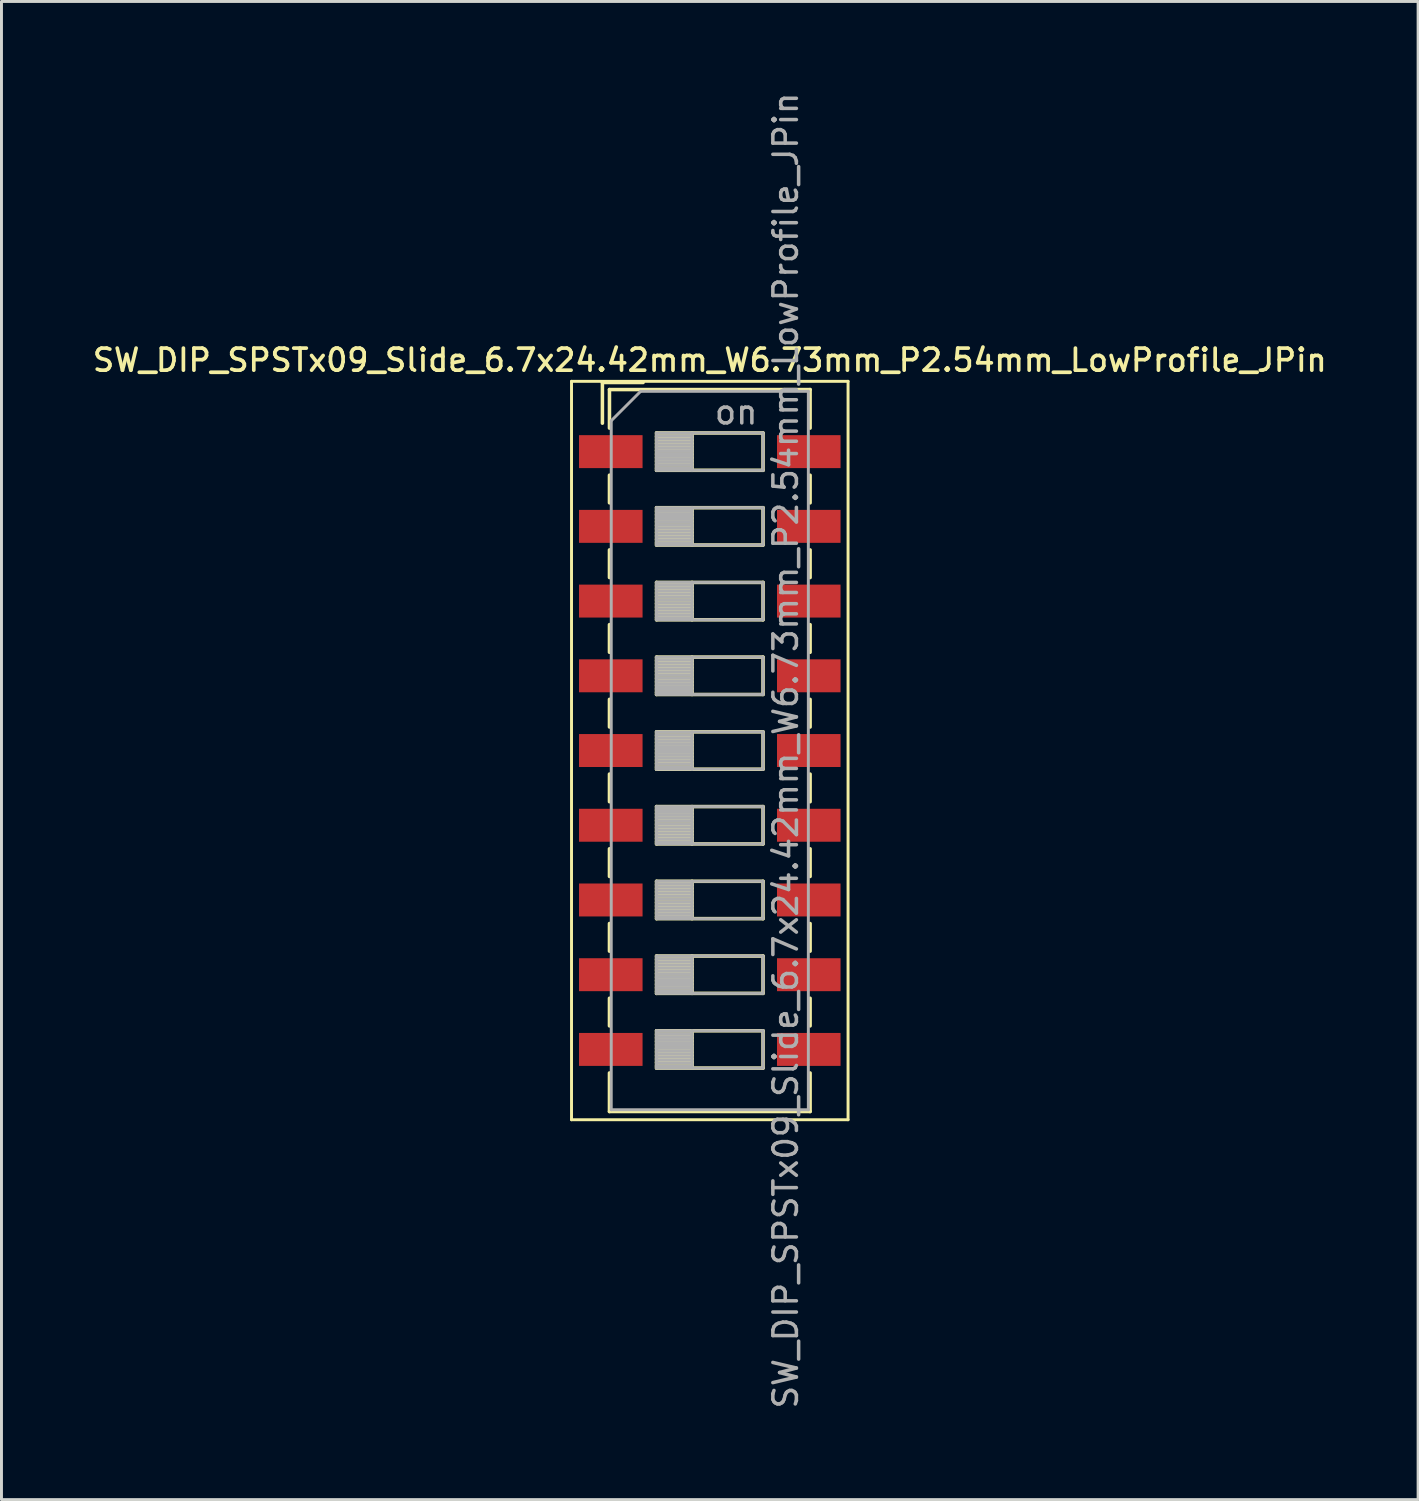
<source format=kicad_pcb>
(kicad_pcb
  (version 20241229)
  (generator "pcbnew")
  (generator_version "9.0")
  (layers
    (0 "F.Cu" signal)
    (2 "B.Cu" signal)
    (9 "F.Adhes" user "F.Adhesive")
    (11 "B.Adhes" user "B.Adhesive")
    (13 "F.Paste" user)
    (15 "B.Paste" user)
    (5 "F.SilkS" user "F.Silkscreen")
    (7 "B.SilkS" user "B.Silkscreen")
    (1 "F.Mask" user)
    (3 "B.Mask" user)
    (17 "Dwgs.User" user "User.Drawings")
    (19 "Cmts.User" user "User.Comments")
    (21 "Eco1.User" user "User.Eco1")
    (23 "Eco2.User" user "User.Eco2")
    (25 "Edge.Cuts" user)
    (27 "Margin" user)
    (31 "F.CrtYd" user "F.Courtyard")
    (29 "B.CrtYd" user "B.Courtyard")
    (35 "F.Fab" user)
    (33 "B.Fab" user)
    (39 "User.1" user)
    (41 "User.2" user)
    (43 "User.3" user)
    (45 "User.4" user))
  (footprint "SW_DIP_SPSTx09_Slide_6.7x24.42mm_W6.73mm_P2.54mm_LowProfile_JPin"
    (layer "F.Cu")
    (at 21.077 22.462)
    (property "Reference" "SW_DIP_SPSTx09_Slide_6.7x24.42mm_W6.73mm_P2.54mm_LowProfile_JPin" (at 0 -13.27 0) (layer "F.SilkS") (effects (font (size 0.75 0.75) (thickness 0.125))))
    (attr smd)
    (fp_line (start -4.7 -12.55) (end -4.7 12.55) (stroke (width 0.1) (type solid)) (layer "F.SilkS"))
    (fp_line (start -4.7 12.55) (end 4.7 12.55) (stroke (width 0.1) (type solid)) (layer "F.SilkS"))
    (fp_line (start -3.65 -12.51) (end -3.65 -11.127) (stroke (width 0.12) (type solid)) (layer "F.SilkS"))
    (fp_line (start -3.65 -12.51) (end -2.267 -12.51) (stroke (width 0.12) (type solid)) (layer "F.SilkS"))
    (fp_line (start -3.41 -12.27) (end -3.41 -10.96) (stroke (width 0.12) (type solid)) (layer "F.SilkS"))
    (fp_line (start -3.41 -12.27) (end 3.41 -12.27) (stroke (width 0.12) (type solid)) (layer "F.SilkS"))
    (fp_line (start -3.41 -9.36) (end -3.41 -8.42) (stroke (width 0.12) (type solid)) (layer "F.SilkS"))
    (fp_line (start -3.41 -6.82) (end -3.41 -5.88) (stroke (width 0.12) (type solid)) (layer "F.SilkS"))
    (fp_line (start -3.41 -4.28) (end -3.41 -3.34) (stroke (width 0.12) (type solid)) (layer "F.SilkS"))
    (fp_line (start -3.41 -1.74) (end -3.41 -0.8) (stroke (width 0.12) (type solid)) (layer "F.SilkS"))
    (fp_line (start -3.41 0.8) (end -3.41 1.74) (stroke (width 0.12) (type solid)) (layer "F.SilkS"))
    (fp_line (start -3.41 3.34) (end -3.41 4.28) (stroke (width 0.12) (type solid)) (layer "F.SilkS"))
    (fp_line (start -3.41 5.88) (end -3.41 6.82) (stroke (width 0.12) (type solid)) (layer "F.SilkS"))
    (fp_line (start -3.41 8.42) (end -3.41 9.36) (stroke (width 0.12) (type solid)) (layer "F.SilkS"))
    (fp_line (start -3.41 10.96) (end -3.41 12.271) (stroke (width 0.12) (type solid)) (layer "F.SilkS"))
    (fp_line (start -3.41 12.271) (end 3.41 12.271) (stroke (width 0.12) (type solid)) (layer "F.SilkS"))
    (fp_line (start -1.81 -10.795) (end -1.81 -9.525) (stroke (width 0.12) (type solid)) (layer "F.SilkS"))
    (fp_line (start -1.81 -10.675) (end -0.603 -10.675) (stroke (width 0.12) (type solid)) (layer "F.SilkS"))
    (fp_line (start -1.81 -10.555) (end -0.603 -10.555) (stroke (width 0.12) (type solid)) (layer "F.SilkS"))
    (fp_line (start -1.81 -10.435) (end -0.603 -10.435) (stroke (width 0.12) (type solid)) (layer "F.SilkS"))
    (fp_line (start -1.81 -10.315) (end -0.603 -10.315) (stroke (width 0.12) (type solid)) (layer "F.SilkS"))
    (fp_line (start -1.81 -10.195) (end -0.603 -10.195) (stroke (width 0.12) (type solid)) (layer "F.SilkS"))
    (fp_line (start -1.81 -10.075) (end -0.603 -10.075) (stroke (width 0.12) (type solid)) (layer "F.SilkS"))
    (fp_line (start -1.81 -9.955) (end -0.603 -9.955) (stroke (width 0.12) (type solid)) (layer "F.SilkS"))
    (fp_line (start -1.81 -9.835) (end -0.603 -9.835) (stroke (width 0.12) (type solid)) (layer "F.SilkS"))
    (fp_line (start -1.81 -9.715) (end -0.603 -9.715) (stroke (width 0.12) (type solid)) (layer "F.SilkS"))
    (fp_line (start -1.81 -9.595) (end -0.603 -9.595) (stroke (width 0.12) (type solid)) (layer "F.SilkS"))
    (fp_line (start -1.81 -9.525) (end 1.81 -9.525) (stroke (width 0.12) (type solid)) (layer "F.SilkS"))
    (fp_line (start -1.81 -8.255) (end -1.81 -6.985) (stroke (width 0.12) (type solid)) (layer "F.SilkS"))
    (fp_line (start -1.81 -8.135) (end -0.603 -8.135) (stroke (width 0.12) (type solid)) (layer "F.SilkS"))
    (fp_line (start -1.81 -8.015) (end -0.603 -8.015) (stroke (width 0.12) (type solid)) (layer "F.SilkS"))
    (fp_line (start -1.81 -7.895) (end -0.603 -7.895) (stroke (width 0.12) (type solid)) (layer "F.SilkS"))
    (fp_line (start -1.81 -7.775) (end -0.603 -7.775) (stroke (width 0.12) (type solid)) (layer "F.SilkS"))
    (fp_line (start -1.81 -7.655) (end -0.603 -7.655) (stroke (width 0.12) (type solid)) (layer "F.SilkS"))
    (fp_line (start -1.81 -7.535) (end -0.603 -7.535) (stroke (width 0.12) (type solid)) (layer "F.SilkS"))
    (fp_line (start -1.81 -7.415) (end -0.603 -7.415) (stroke (width 0.12) (type solid)) (layer "F.SilkS"))
    (fp_line (start -1.81 -7.295) (end -0.603 -7.295) (stroke (width 0.12) (type solid)) (layer "F.SilkS"))
    (fp_line (start -1.81 -7.175) (end -0.603 -7.175) (stroke (width 0.12) (type solid)) (layer "F.SilkS"))
    (fp_line (start -1.81 -7.055) (end -0.603 -7.055) (stroke (width 0.12) (type solid)) (layer "F.SilkS"))
    (fp_line (start -1.81 -6.985) (end 1.81 -6.985) (stroke (width 0.12) (type solid)) (layer "F.SilkS"))
    (fp_line (start -1.81 -5.715) (end -1.81 -4.445) (stroke (width 0.12) (type solid)) (layer "F.SilkS"))
    (fp_line (start -1.81 -5.595) (end -0.603 -5.595) (stroke (width 0.12) (type solid)) (layer "F.SilkS"))
    (fp_line (start -1.81 -5.475) (end -0.603 -5.475) (stroke (width 0.12) (type solid)) (layer "F.SilkS"))
    (fp_line (start -1.81 -5.355) (end -0.603 -5.355) (stroke (width 0.12) (type solid)) (layer "F.SilkS"))
    (fp_line (start -1.81 -5.235) (end -0.603 -5.235) (stroke (width 0.12) (type solid)) (layer "F.SilkS"))
    (fp_line (start -1.81 -5.115) (end -0.603 -5.115) (stroke (width 0.12) (type solid)) (layer "F.SilkS"))
    (fp_line (start -1.81 -4.995) (end -0.603 -4.995) (stroke (width 0.12) (type solid)) (layer "F.SilkS"))
    (fp_line (start -1.81 -4.875) (end -0.603 -4.875) (stroke (width 0.12) (type solid)) (layer "F.SilkS"))
    (fp_line (start -1.81 -4.755) (end -0.603 -4.755) (stroke (width 0.12) (type solid)) (layer "F.SilkS"))
    (fp_line (start -1.81 -4.635) (end -0.603 -4.635) (stroke (width 0.12) (type solid)) (layer "F.SilkS"))
    (fp_line (start -1.81 -4.515) (end -0.603 -4.515) (stroke (width 0.12) (type solid)) (layer "F.SilkS"))
    (fp_line (start -1.81 -4.445) (end 1.81 -4.445) (stroke (width 0.12) (type solid)) (layer "F.SilkS"))
    (fp_line (start -1.81 -3.175) (end -1.81 -1.905) (stroke (width 0.12) (type solid)) (layer "F.SilkS"))
    (fp_line (start -1.81 -3.055) (end -0.603 -3.055) (stroke (width 0.12) (type solid)) (layer "F.SilkS"))
    (fp_line (start -1.81 -2.935) (end -0.603 -2.935) (stroke (width 0.12) (type solid)) (layer "F.SilkS"))
    (fp_line (start -1.81 -2.815) (end -0.603 -2.815) (stroke (width 0.12) (type solid)) (layer "F.SilkS"))
    (fp_line (start -1.81 -2.695) (end -0.603 -2.695) (stroke (width 0.12) (type solid)) (layer "F.SilkS"))
    (fp_line (start -1.81 -2.575) (end -0.603 -2.575) (stroke (width 0.12) (type solid)) (layer "F.SilkS"))
    (fp_line (start -1.81 -2.455) (end -0.603 -2.455) (stroke (width 0.12) (type solid)) (layer "F.SilkS"))
    (fp_line (start -1.81 -2.335) (end -0.603 -2.335) (stroke (width 0.12) (type solid)) (layer "F.SilkS"))
    (fp_line (start -1.81 -2.215) (end -0.603 -2.215) (stroke (width 0.12) (type solid)) (layer "F.SilkS"))
    (fp_line (start -1.81 -2.095) (end -0.603 -2.095) (stroke (width 0.12) (type solid)) (layer "F.SilkS"))
    (fp_line (start -1.81 -1.975) (end -0.603 -1.975) (stroke (width 0.12) (type solid)) (layer "F.SilkS"))
    (fp_line (start -1.81 -1.905) (end 1.81 -1.905) (stroke (width 0.12) (type solid)) (layer "F.SilkS"))
    (fp_line (start -1.81 -0.635) (end -1.81 0.635) (stroke (width 0.12) (type solid)) (layer "F.SilkS"))
    (fp_line (start -1.81 -0.515) (end -0.603 -0.515) (stroke (width 0.12) (type solid)) (layer "F.SilkS"))
    (fp_line (start -1.81 -0.395) (end -0.603 -0.395) (stroke (width 0.12) (type solid)) (layer "F.SilkS"))
    (fp_line (start -1.81 -0.275) (end -0.603 -0.275) (stroke (width 0.12) (type solid)) (layer "F.SilkS"))
    (fp_line (start -1.81 -0.155) (end -0.603 -0.155) (stroke (width 0.12) (type solid)) (layer "F.SilkS"))
    (fp_line (start -1.81 -0.035) (end -0.603 -0.035) (stroke (width 0.12) (type solid)) (layer "F.SilkS"))
    (fp_line (start -1.81 0.085) (end -0.603 0.085) (stroke (width 0.12) (type solid)) (layer "F.SilkS"))
    (fp_line (start -1.81 0.205) (end -0.603 0.205) (stroke (width 0.12) (type solid)) (layer "F.SilkS"))
    (fp_line (start -1.81 0.325) (end -0.603 0.325) (stroke (width 0.12) (type solid)) (layer "F.SilkS"))
    (fp_line (start -1.81 0.445) (end -0.603 0.445) (stroke (width 0.12) (type solid)) (layer "F.SilkS"))
    (fp_line (start -1.81 0.565) (end -0.603 0.565) (stroke (width 0.12) (type solid)) (layer "F.SilkS"))
    (fp_line (start -1.81 0.635) (end 1.81 0.635) (stroke (width 0.12) (type solid)) (layer "F.SilkS"))
    (fp_line (start -1.81 1.905) (end -1.81 3.175) (stroke (width 0.12) (type solid)) (layer "F.SilkS"))
    (fp_line (start -1.81 2.025) (end -0.603 2.025) (stroke (width 0.12) (type solid)) (layer "F.SilkS"))
    (fp_line (start -1.81 2.145) (end -0.603 2.145) (stroke (width 0.12) (type solid)) (layer "F.SilkS"))
    (fp_line (start -1.81 2.265) (end -0.603 2.265) (stroke (width 0.12) (type solid)) (layer "F.SilkS"))
    (fp_line (start -1.81 2.385) (end -0.603 2.385) (stroke (width 0.12) (type solid)) (layer "F.SilkS"))
    (fp_line (start -1.81 2.505) (end -0.603 2.505) (stroke (width 0.12) (type solid)) (layer "F.SilkS"))
    (fp_line (start -1.81 2.625) (end -0.603 2.625) (stroke (width 0.12) (type solid)) (layer "F.SilkS"))
    (fp_line (start -1.81 2.745) (end -0.603 2.745) (stroke (width 0.12) (type solid)) (layer "F.SilkS"))
    (fp_line (start -1.81 2.865) (end -0.603 2.865) (stroke (width 0.12) (type solid)) (layer "F.SilkS"))
    (fp_line (start -1.81 2.985) (end -0.603 2.985) (stroke (width 0.12) (type solid)) (layer "F.SilkS"))
    (fp_line (start -1.81 3.105) (end -0.603 3.105) (stroke (width 0.12) (type solid)) (layer "F.SilkS"))
    (fp_line (start -1.81 3.175) (end 1.81 3.175) (stroke (width 0.12) (type solid)) (layer "F.SilkS"))
    (fp_line (start -1.81 4.445) (end -1.81 5.715) (stroke (width 0.12) (type solid)) (layer "F.SilkS"))
    (fp_line (start -1.81 4.565) (end -0.603 4.565) (stroke (width 0.12) (type solid)) (layer "F.SilkS"))
    (fp_line (start -1.81 4.685) (end -0.603 4.685) (stroke (width 0.12) (type solid)) (layer "F.SilkS"))
    (fp_line (start -1.81 4.805) (end -0.603 4.805) (stroke (width 0.12) (type solid)) (layer "F.SilkS"))
    (fp_line (start -1.81 4.925) (end -0.603 4.925) (stroke (width 0.12) (type solid)) (layer "F.SilkS"))
    (fp_line (start -1.81 5.045) (end -0.603 5.045) (stroke (width 0.12) (type solid)) (layer "F.SilkS"))
    (fp_line (start -1.81 5.165) (end -0.603 5.165) (stroke (width 0.12) (type solid)) (layer "F.SilkS"))
    (fp_line (start -1.81 5.285) (end -0.603 5.285) (stroke (width 0.12) (type solid)) (layer "F.SilkS"))
    (fp_line (start -1.81 5.405) (end -0.603 5.405) (stroke (width 0.12) (type solid)) (layer "F.SilkS"))
    (fp_line (start -1.81 5.525) (end -0.603 5.525) (stroke (width 0.12) (type solid)) (layer "F.SilkS"))
    (fp_line (start -1.81 5.645) (end -0.603 5.645) (stroke (width 0.12) (type solid)) (layer "F.SilkS"))
    (fp_line (start -1.81 5.715) (end 1.81 5.715) (stroke (width 0.12) (type solid)) (layer "F.SilkS"))
    (fp_line (start -1.81 6.985) (end -1.81 8.255) (stroke (width 0.12) (type solid)) (layer "F.SilkS"))
    (fp_line (start -1.81 7.105) (end -0.603 7.105) (stroke (width 0.12) (type solid)) (layer "F.SilkS"))
    (fp_line (start -1.81 7.225) (end -0.603 7.225) (stroke (width 0.12) (type solid)) (layer "F.SilkS"))
    (fp_line (start -1.81 7.345) (end -0.603 7.345) (stroke (width 0.12) (type solid)) (layer "F.SilkS"))
    (fp_line (start -1.81 7.465) (end -0.603 7.465) (stroke (width 0.12) (type solid)) (layer "F.SilkS"))
    (fp_line (start -1.81 7.585) (end -0.603 7.585) (stroke (width 0.12) (type solid)) (layer "F.SilkS"))
    (fp_line (start -1.81 7.705) (end -0.603 7.705) (stroke (width 0.12) (type solid)) (layer "F.SilkS"))
    (fp_line (start -1.81 7.825) (end -0.603 7.825) (stroke (width 0.12) (type solid)) (layer "F.SilkS"))
    (fp_line (start -1.81 7.945) (end -0.603 7.945) (stroke (width 0.12) (type solid)) (layer "F.SilkS"))
    (fp_line (start -1.81 8.065) (end -0.603 8.065) (stroke (width 0.12) (type solid)) (layer "F.SilkS"))
    (fp_line (start -1.81 8.185) (end -0.603 8.185) (stroke (width 0.12) (type solid)) (layer "F.SilkS"))
    (fp_line (start -1.81 8.255) (end 1.81 8.255) (stroke (width 0.12) (type solid)) (layer "F.SilkS"))
    (fp_line (start -1.81 9.525) (end -1.81 10.795) (stroke (width 0.12) (type solid)) (layer "F.SilkS"))
    (fp_line (start -1.81 9.645) (end -0.603 9.645) (stroke (width 0.12) (type solid)) (layer "F.SilkS"))
    (fp_line (start -1.81 9.765) (end -0.603 9.765) (stroke (width 0.12) (type solid)) (layer "F.SilkS"))
    (fp_line (start -1.81 9.885) (end -0.603 9.885) (stroke (width 0.12) (type solid)) (layer "F.SilkS"))
    (fp_line (start -1.81 10.005) (end -0.603 10.005) (stroke (width 0.12) (type solid)) (layer "F.SilkS"))
    (fp_line (start -1.81 10.125) (end -0.603 10.125) (stroke (width 0.12) (type solid)) (layer "F.SilkS"))
    (fp_line (start -1.81 10.245) (end -0.603 10.245) (stroke (width 0.12) (type solid)) (layer "F.SilkS"))
    (fp_line (start -1.81 10.365) (end -0.603 10.365) (stroke (width 0.12) (type solid)) (layer "F.SilkS"))
    (fp_line (start -1.81 10.485) (end -0.603 10.485) (stroke (width 0.12) (type solid)) (layer "F.SilkS"))
    (fp_line (start -1.81 10.605) (end -0.603 10.605) (stroke (width 0.12) (type solid)) (layer "F.SilkS"))
    (fp_line (start -1.81 10.725) (end -0.603 10.725) (stroke (width 0.12) (type solid)) (layer "F.SilkS"))
    (fp_line (start -1.81 10.795) (end 1.81 10.795) (stroke (width 0.12) (type solid)) (layer "F.SilkS"))
    (fp_line (start -0.603 -10.795) (end -0.603 -9.525) (stroke (width 0.12) (type solid)) (layer "F.SilkS"))
    (fp_line (start -0.603 -8.255) (end -0.603 -6.985) (stroke (width 0.12) (type solid)) (layer "F.SilkS"))
    (fp_line (start -0.603 -5.715) (end -0.603 -4.445) (stroke (width 0.12) (type solid)) (layer "F.SilkS"))
    (fp_line (start -0.603 -3.175) (end -0.603 -1.905) (stroke (width 0.12) (type solid)) (layer "F.SilkS"))
    (fp_line (start -0.603 -0.635) (end -0.603 0.635) (stroke (width 0.12) (type solid)) (layer "F.SilkS"))
    (fp_line (start -0.603 1.905) (end -0.603 3.175) (stroke (width 0.12) (type solid)) (layer "F.SilkS"))
    (fp_line (start -0.603 4.445) (end -0.603 5.715) (stroke (width 0.12) (type solid)) (layer "F.SilkS"))
    (fp_line (start -0.603 6.985) (end -0.603 8.255) (stroke (width 0.12) (type solid)) (layer "F.SilkS"))
    (fp_line (start -0.603 9.525) (end -0.603 10.795) (stroke (width 0.12) (type solid)) (layer "F.SilkS"))
    (fp_line (start 1.81 -10.795) (end -1.81 -10.795) (stroke (width 0.12) (type solid)) (layer "F.SilkS"))
    (fp_line (start 1.81 -9.525) (end 1.81 -10.795) (stroke (width 0.12) (type solid)) (layer "F.SilkS"))
    (fp_line (start 1.81 -8.255) (end -1.81 -8.255) (stroke (width 0.12) (type solid)) (layer "F.SilkS"))
    (fp_line (start 1.81 -6.985) (end 1.81 -8.255) (stroke (width 0.12) (type solid)) (layer "F.SilkS"))
    (fp_line (start 1.81 -5.715) (end -1.81 -5.715) (stroke (width 0.12) (type solid)) (layer "F.SilkS"))
    (fp_line (start 1.81 -4.445) (end 1.81 -5.715) (stroke (width 0.12) (type solid)) (layer "F.SilkS"))
    (fp_line (start 1.81 -3.175) (end -1.81 -3.175) (stroke (width 0.12) (type solid)) (layer "F.SilkS"))
    (fp_line (start 1.81 -1.905) (end 1.81 -3.175) (stroke (width 0.12) (type solid)) (layer "F.SilkS"))
    (fp_line (start 1.81 -0.635) (end -1.81 -0.635) (stroke (width 0.12) (type solid)) (layer "F.SilkS"))
    (fp_line (start 1.81 0.635) (end 1.81 -0.635) (stroke (width 0.12) (type solid)) (layer "F.SilkS"))
    (fp_line (start 1.81 1.905) (end -1.81 1.905) (stroke (width 0.12) (type solid)) (layer "F.SilkS"))
    (fp_line (start 1.81 3.175) (end 1.81 1.905) (stroke (width 0.12) (type solid)) (layer "F.SilkS"))
    (fp_line (start 1.81 4.445) (end -1.81 4.445) (stroke (width 0.12) (type solid)) (layer "F.SilkS"))
    (fp_line (start 1.81 5.715) (end 1.81 4.445) (stroke (width 0.12) (type solid)) (layer "F.SilkS"))
    (fp_line (start 1.81 6.985) (end -1.81 6.985) (stroke (width 0.12) (type solid)) (layer "F.SilkS"))
    (fp_line (start 1.81 8.255) (end 1.81 6.985) (stroke (width 0.12) (type solid)) (layer "F.SilkS"))
    (fp_line (start 1.81 9.525) (end -1.81 9.525) (stroke (width 0.12) (type solid)) (layer "F.SilkS"))
    (fp_line (start 1.81 10.795) (end 1.81 9.525) (stroke (width 0.12) (type solid)) (layer "F.SilkS"))
    (fp_line (start 3.41 -12.27) (end 3.41 -10.96) (stroke (width 0.12) (type solid)) (layer "F.SilkS"))
    (fp_line (start 3.41 -9.359) (end 3.41 -8.419) (stroke (width 0.12) (type solid)) (layer "F.SilkS"))
    (fp_line (start 3.41 -6.819) (end 3.41 -5.879) (stroke (width 0.12) (type solid)) (layer "F.SilkS"))
    (fp_line (start 3.41 -4.279) (end 3.41 -3.339) (stroke (width 0.12) (type solid)) (layer "F.SilkS"))
    (fp_line (start 3.41 -1.739) (end 3.41 -0.799) (stroke (width 0.12) (type solid)) (layer "F.SilkS"))
    (fp_line (start 3.41 0.801) (end 3.41 1.741) (stroke (width 0.12) (type solid)) (layer "F.SilkS"))
    (fp_line (start 3.41 3.341) (end 3.41 4.281) (stroke (width 0.12) (type solid)) (layer "F.SilkS"))
    (fp_line (start 3.41 5.881) (end 3.41 6.82) (stroke (width 0.12) (type solid)) (layer "F.SilkS"))
    (fp_line (start 3.41 8.42) (end 3.41 9.36) (stroke (width 0.12) (type solid)) (layer "F.SilkS"))
    (fp_line (start 3.41 10.96) (end 3.41 12.271) (stroke (width 0.12) (type solid)) (layer "F.SilkS"))
    (fp_line (start 4.7 -12.55) (end -4.7 -12.55) (stroke (width 0.1) (type solid)) (layer "F.SilkS"))
    (fp_line (start 4.7 12.55) (end 4.7 -12.55) (stroke (width 0.1) (type solid)) (layer "F.SilkS"))
    (fp_line (start -3.35 -11.21) (end -2.35 -12.21) (stroke (width 0.1) (type solid)) (layer "F.Fab"))
    (fp_line (start -3.35 12.21) (end -3.35 -11.21) (stroke (width 0.1) (type solid)) (layer "F.Fab"))
    (fp_line (start -2.35 -12.21) (end 3.35 -12.21) (stroke (width 0.1) (type solid)) (layer "F.Fab"))
    (fp_line (start -1.81 -10.795) (end -1.81 -9.525) (stroke (width 0.1) (type solid)) (layer "F.Fab"))
    (fp_line (start -1.81 -10.695) (end -0.603 -10.695) (stroke (width 0.1) (type solid)) (layer "F.Fab"))
    (fp_line (start -1.81 -10.595) (end -0.603 -10.595) (stroke (width 0.1) (type solid)) (layer "F.Fab"))
    (fp_line (start -1.81 -10.495) (end -0.603 -10.495) (stroke (width 0.1) (type solid)) (layer "F.Fab"))
    (fp_line (start -1.81 -10.395) (end -0.603 -10.395) (stroke (width 0.1) (type solid)) (layer "F.Fab"))
    (fp_line (start -1.81 -10.295) (end -0.603 -10.295) (stroke (width 0.1) (type solid)) (layer "F.Fab"))
    (fp_line (start -1.81 -10.195) (end -0.603 -10.195) (stroke (width 0.1) (type solid)) (layer "F.Fab"))
    (fp_line (start -1.81 -10.095) (end -0.603 -10.095) (stroke (width 0.1) (type solid)) (layer "F.Fab"))
    (fp_line (start -1.81 -9.995) (end -0.603 -9.995) (stroke (width 0.1) (type solid)) (layer "F.Fab"))
    (fp_line (start -1.81 -9.895) (end -0.603 -9.895) (stroke (width 0.1) (type solid)) (layer "F.Fab"))
    (fp_line (start -1.81 -9.795) (end -0.603 -9.795) (stroke (width 0.1) (type solid)) (layer "F.Fab"))
    (fp_line (start -1.81 -9.695) (end -0.603 -9.695) (stroke (width 0.1) (type solid)) (layer "F.Fab"))
    (fp_line (start -1.81 -9.595) (end -0.603 -9.595) (stroke (width 0.1) (type solid)) (layer "F.Fab"))
    (fp_line (start -1.81 -9.525) (end 1.81 -9.525) (stroke (width 0.1) (type solid)) (layer "F.Fab"))
    (fp_line (start -1.81 -8.255) (end -1.81 -6.985) (stroke (width 0.1) (type solid)) (layer "F.Fab"))
    (fp_line (start -1.81 -8.155) (end -0.603 -8.155) (stroke (width 0.1) (type solid)) (layer "F.Fab"))
    (fp_line (start -1.81 -8.055) (end -0.603 -8.055) (stroke (width 0.1) (type solid)) (layer "F.Fab"))
    (fp_line (start -1.81 -7.955) (end -0.603 -7.955) (stroke (width 0.1) (type solid)) (layer "F.Fab"))
    (fp_line (start -1.81 -7.855) (end -0.603 -7.855) (stroke (width 0.1) (type solid)) (layer "F.Fab"))
    (fp_line (start -1.81 -7.755) (end -0.603 -7.755) (stroke (width 0.1) (type solid)) (layer "F.Fab"))
    (fp_line (start -1.81 -7.655) (end -0.603 -7.655) (stroke (width 0.1) (type solid)) (layer "F.Fab"))
    (fp_line (start -1.81 -7.555) (end -0.603 -7.555) (stroke (width 0.1) (type solid)) (layer "F.Fab"))
    (fp_line (start -1.81 -7.455) (end -0.603 -7.455) (stroke (width 0.1) (type solid)) (layer "F.Fab"))
    (fp_line (start -1.81 -7.355) (end -0.603 -7.355) (stroke (width 0.1) (type solid)) (layer "F.Fab"))
    (fp_line (start -1.81 -7.255) (end -0.603 -7.255) (stroke (width 0.1) (type solid)) (layer "F.Fab"))
    (fp_line (start -1.81 -7.155) (end -0.603 -7.155) (stroke (width 0.1) (type solid)) (layer "F.Fab"))
    (fp_line (start -1.81 -7.055) (end -0.603 -7.055) (stroke (width 0.1) (type solid)) (layer "F.Fab"))
    (fp_line (start -1.81 -6.985) (end 1.81 -6.985) (stroke (width 0.1) (type solid)) (layer "F.Fab"))
    (fp_line (start -1.81 -5.715) (end -1.81 -4.445) (stroke (width 0.1) (type solid)) (layer "F.Fab"))
    (fp_line (start -1.81 -5.615) (end -0.603 -5.615) (stroke (width 0.1) (type solid)) (layer "F.Fab"))
    (fp_line (start -1.81 -5.515) (end -0.603 -5.515) (stroke (width 0.1) (type solid)) (layer "F.Fab"))
    (fp_line (start -1.81 -5.415) (end -0.603 -5.415) (stroke (width 0.1) (type solid)) (layer "F.Fab"))
    (fp_line (start -1.81 -5.315) (end -0.603 -5.315) (stroke (width 0.1) (type solid)) (layer "F.Fab"))
    (fp_line (start -1.81 -5.215) (end -0.603 -5.215) (stroke (width 0.1) (type solid)) (layer "F.Fab"))
    (fp_line (start -1.81 -5.115) (end -0.603 -5.115) (stroke (width 0.1) (type solid)) (layer "F.Fab"))
    (fp_line (start -1.81 -5.015) (end -0.603 -5.015) (stroke (width 0.1) (type solid)) (layer "F.Fab"))
    (fp_line (start -1.81 -4.915) (end -0.603 -4.915) (stroke (width 0.1) (type solid)) (layer "F.Fab"))
    (fp_line (start -1.81 -4.815) (end -0.603 -4.815) (stroke (width 0.1) (type solid)) (layer "F.Fab"))
    (fp_line (start -1.81 -4.715) (end -0.603 -4.715) (stroke (width 0.1) (type solid)) (layer "F.Fab"))
    (fp_line (start -1.81 -4.615) (end -0.603 -4.615) (stroke (width 0.1) (type solid)) (layer "F.Fab"))
    (fp_line (start -1.81 -4.515) (end -0.603 -4.515) (stroke (width 0.1) (type solid)) (layer "F.Fab"))
    (fp_line (start -1.81 -4.445) (end 1.81 -4.445) (stroke (width 0.1) (type solid)) (layer "F.Fab"))
    (fp_line (start -1.81 -3.175) (end -1.81 -1.905) (stroke (width 0.1) (type solid)) (layer "F.Fab"))
    (fp_line (start -1.81 -3.075) (end -0.603 -3.075) (stroke (width 0.1) (type solid)) (layer "F.Fab"))
    (fp_line (start -1.81 -2.975) (end -0.603 -2.975) (stroke (width 0.1) (type solid)) (layer "F.Fab"))
    (fp_line (start -1.81 -2.875) (end -0.603 -2.875) (stroke (width 0.1) (type solid)) (layer "F.Fab"))
    (fp_line (start -1.81 -2.775) (end -0.603 -2.775) (stroke (width 0.1) (type solid)) (layer "F.Fab"))
    (fp_line (start -1.81 -2.675) (end -0.603 -2.675) (stroke (width 0.1) (type solid)) (layer "F.Fab"))
    (fp_line (start -1.81 -2.575) (end -0.603 -2.575) (stroke (width 0.1) (type solid)) (layer "F.Fab"))
    (fp_line (start -1.81 -2.475) (end -0.603 -2.475) (stroke (width 0.1) (type solid)) (layer "F.Fab"))
    (fp_line (start -1.81 -2.375) (end -0.603 -2.375) (stroke (width 0.1) (type solid)) (layer "F.Fab"))
    (fp_line (start -1.81 -2.275) (end -0.603 -2.275) (stroke (width 0.1) (type solid)) (layer "F.Fab"))
    (fp_line (start -1.81 -2.175) (end -0.603 -2.175) (stroke (width 0.1) (type solid)) (layer "F.Fab"))
    (fp_line (start -1.81 -2.075) (end -0.603 -2.075) (stroke (width 0.1) (type solid)) (layer "F.Fab"))
    (fp_line (start -1.81 -1.975) (end -0.603 -1.975) (stroke (width 0.1) (type solid)) (layer "F.Fab"))
    (fp_line (start -1.81 -1.905) (end 1.81 -1.905) (stroke (width 0.1) (type solid)) (layer "F.Fab"))
    (fp_line (start -1.81 -0.635) (end -1.81 0.635) (stroke (width 0.1) (type solid)) (layer "F.Fab"))
    (fp_line (start -1.81 -0.535) (end -0.603 -0.535) (stroke (width 0.1) (type solid)) (layer "F.Fab"))
    (fp_line (start -1.81 -0.435) (end -0.603 -0.435) (stroke (width 0.1) (type solid)) (layer "F.Fab"))
    (fp_line (start -1.81 -0.335) (end -0.603 -0.335) (stroke (width 0.1) (type solid)) (layer "F.Fab"))
    (fp_line (start -1.81 -0.235) (end -0.603 -0.235) (stroke (width 0.1) (type solid)) (layer "F.Fab"))
    (fp_line (start -1.81 -0.135) (end -0.603 -0.135) (stroke (width 0.1) (type solid)) (layer "F.Fab"))
    (fp_line (start -1.81 -0.035) (end -0.603 -0.035) (stroke (width 0.1) (type solid)) (layer "F.Fab"))
    (fp_line (start -1.81 0.065) (end -0.603 0.065) (stroke (width 0.1) (type solid)) (layer "F.Fab"))
    (fp_line (start -1.81 0.165) (end -0.603 0.165) (stroke (width 0.1) (type solid)) (layer "F.Fab"))
    (fp_line (start -1.81 0.265) (end -0.603 0.265) (stroke (width 0.1) (type solid)) (layer "F.Fab"))
    (fp_line (start -1.81 0.365) (end -0.603 0.365) (stroke (width 0.1) (type solid)) (layer "F.Fab"))
    (fp_line (start -1.81 0.465) (end -0.603 0.465) (stroke (width 0.1) (type solid)) (layer "F.Fab"))
    (fp_line (start -1.81 0.565) (end -0.603 0.565) (stroke (width 0.1) (type solid)) (layer "F.Fab"))
    (fp_line (start -1.81 0.635) (end 1.81 0.635) (stroke (width 0.1) (type solid)) (layer "F.Fab"))
    (fp_line (start -1.81 1.905) (end -1.81 3.175) (stroke (width 0.1) (type solid)) (layer "F.Fab"))
    (fp_line (start -1.81 2.005) (end -0.603 2.005) (stroke (width 0.1) (type solid)) (layer "F.Fab"))
    (fp_line (start -1.81 2.105) (end -0.603 2.105) (stroke (width 0.1) (type solid)) (layer "F.Fab"))
    (fp_line (start -1.81 2.205) (end -0.603 2.205) (stroke (width 0.1) (type solid)) (layer "F.Fab"))
    (fp_line (start -1.81 2.305) (end -0.603 2.305) (stroke (width 0.1) (type solid)) (layer "F.Fab"))
    (fp_line (start -1.81 2.405) (end -0.603 2.405) (stroke (width 0.1) (type solid)) (layer "F.Fab"))
    (fp_line (start -1.81 2.505) (end -0.603 2.505) (stroke (width 0.1) (type solid)) (layer "F.Fab"))
    (fp_line (start -1.81 2.605) (end -0.603 2.605) (stroke (width 0.1) (type solid)) (layer "F.Fab"))
    (fp_line (start -1.81 2.705) (end -0.603 2.705) (stroke (width 0.1) (type solid)) (layer "F.Fab"))
    (fp_line (start -1.81 2.805) (end -0.603 2.805) (stroke (width 0.1) (type solid)) (layer "F.Fab"))
    (fp_line (start -1.81 2.905) (end -0.603 2.905) (stroke (width 0.1) (type solid)) (layer "F.Fab"))
    (fp_line (start -1.81 3.005) (end -0.603 3.005) (stroke (width 0.1) (type solid)) (layer "F.Fab"))
    (fp_line (start -1.81 3.105) (end -0.603 3.105) (stroke (width 0.1) (type solid)) (layer "F.Fab"))
    (fp_line (start -1.81 3.175) (end 1.81 3.175) (stroke (width 0.1) (type solid)) (layer "F.Fab"))
    (fp_line (start -1.81 4.445) (end -1.81 5.715) (stroke (width 0.1) (type solid)) (layer "F.Fab"))
    (fp_line (start -1.81 4.545) (end -0.603 4.545) (stroke (width 0.1) (type solid)) (layer "F.Fab"))
    (fp_line (start -1.81 4.645) (end -0.603 4.645) (stroke (width 0.1) (type solid)) (layer "F.Fab"))
    (fp_line (start -1.81 4.745) (end -0.603 4.745) (stroke (width 0.1) (type solid)) (layer "F.Fab"))
    (fp_line (start -1.81 4.845) (end -0.603 4.845) (stroke (width 0.1) (type solid)) (layer "F.Fab"))
    (fp_line (start -1.81 4.945) (end -0.603 4.945) (stroke (width 0.1) (type solid)) (layer "F.Fab"))
    (fp_line (start -1.81 5.045) (end -0.603 5.045) (stroke (width 0.1) (type solid)) (layer "F.Fab"))
    (fp_line (start -1.81 5.145) (end -0.603 5.145) (stroke (width 0.1) (type solid)) (layer "F.Fab"))
    (fp_line (start -1.81 5.245) (end -0.603 5.245) (stroke (width 0.1) (type solid)) (layer "F.Fab"))
    (fp_line (start -1.81 5.345) (end -0.603 5.345) (stroke (width 0.1) (type solid)) (layer "F.Fab"))
    (fp_line (start -1.81 5.445) (end -0.603 5.445) (stroke (width 0.1) (type solid)) (layer "F.Fab"))
    (fp_line (start -1.81 5.545) (end -0.603 5.545) (stroke (width 0.1) (type solid)) (layer "F.Fab"))
    (fp_line (start -1.81 5.645) (end -0.603 5.645) (stroke (width 0.1) (type solid)) (layer "F.Fab"))
    (fp_line (start -1.81 5.715) (end 1.81 5.715) (stroke (width 0.1) (type solid)) (layer "F.Fab"))
    (fp_line (start -1.81 6.985) (end -1.81 8.255) (stroke (width 0.1) (type solid)) (layer "F.Fab"))
    (fp_line (start -1.81 7.085) (end -0.603 7.085) (stroke (width 0.1) (type solid)) (layer "F.Fab"))
    (fp_line (start -1.81 7.185) (end -0.603 7.185) (stroke (width 0.1) (type solid)) (layer "F.Fab"))
    (fp_line (start -1.81 7.285) (end -0.603 7.285) (stroke (width 0.1) (type solid)) (layer "F.Fab"))
    (fp_line (start -1.81 7.385) (end -0.603 7.385) (stroke (width 0.1) (type solid)) (layer "F.Fab"))
    (fp_line (start -1.81 7.485) (end -0.603 7.485) (stroke (width 0.1) (type solid)) (layer "F.Fab"))
    (fp_line (start -1.81 7.585) (end -0.603 7.585) (stroke (width 0.1) (type solid)) (layer "F.Fab"))
    (fp_line (start -1.81 7.685) (end -0.603 7.685) (stroke (width 0.1) (type solid)) (layer "F.Fab"))
    (fp_line (start -1.81 7.785) (end -0.603 7.785) (stroke (width 0.1) (type solid)) (layer "F.Fab"))
    (fp_line (start -1.81 7.885) (end -0.603 7.885) (stroke (width 0.1) (type solid)) (layer "F.Fab"))
    (fp_line (start -1.81 7.985) (end -0.603 7.985) (stroke (width 0.1) (type solid)) (layer "F.Fab"))
    (fp_line (start -1.81 8.085) (end -0.603 8.085) (stroke (width 0.1) (type solid)) (layer "F.Fab"))
    (fp_line (start -1.81 8.185) (end -0.603 8.185) (stroke (width 0.1) (type solid)) (layer "F.Fab"))
    (fp_line (start -1.81 8.255) (end 1.81 8.255) (stroke (width 0.1) (type solid)) (layer "F.Fab"))
    (fp_line (start -1.81 9.525) (end -1.81 10.795) (stroke (width 0.1) (type solid)) (layer "F.Fab"))
    (fp_line (start -1.81 9.625) (end -0.603 9.625) (stroke (width 0.1) (type solid)) (layer "F.Fab"))
    (fp_line (start -1.81 9.725) (end -0.603 9.725) (stroke (width 0.1) (type solid)) (layer "F.Fab"))
    (fp_line (start -1.81 9.825) (end -0.603 9.825) (stroke (width 0.1) (type solid)) (layer "F.Fab"))
    (fp_line (start -1.81 9.925) (end -0.603 9.925) (stroke (width 0.1) (type solid)) (layer "F.Fab"))
    (fp_line (start -1.81 10.025) (end -0.603 10.025) (stroke (width 0.1) (type solid)) (layer "F.Fab"))
    (fp_line (start -1.81 10.125) (end -0.603 10.125) (stroke (width 0.1) (type solid)) (layer "F.Fab"))
    (fp_line (start -1.81 10.225) (end -0.603 10.225) (stroke (width 0.1) (type solid)) (layer "F.Fab"))
    (fp_line (start -1.81 10.325) (end -0.603 10.325) (stroke (width 0.1) (type solid)) (layer "F.Fab"))
    (fp_line (start -1.81 10.425) (end -0.603 10.425) (stroke (width 0.1) (type solid)) (layer "F.Fab"))
    (fp_line (start -1.81 10.525) (end -0.603 10.525) (stroke (width 0.1) (type solid)) (layer "F.Fab"))
    (fp_line (start -1.81 10.625) (end -0.603 10.625) (stroke (width 0.1) (type solid)) (layer "F.Fab"))
    (fp_line (start -1.81 10.725) (end -0.603 10.725) (stroke (width 0.1) (type solid)) (layer "F.Fab"))
    (fp_line (start -1.81 10.795) (end 1.81 10.795) (stroke (width 0.1) (type solid)) (layer "F.Fab"))
    (fp_line (start -0.603 -10.795) (end -0.603 -9.525) (stroke (width 0.1) (type solid)) (layer "F.Fab"))
    (fp_line (start -0.603 -8.255) (end -0.603 -6.985) (stroke (width 0.1) (type solid)) (layer "F.Fab"))
    (fp_line (start -0.603 -5.715) (end -0.603 -4.445) (stroke (width 0.1) (type solid)) (layer "F.Fab"))
    (fp_line (start -0.603 -3.175) (end -0.603 -1.905) (stroke (width 0.1) (type solid)) (layer "F.Fab"))
    (fp_line (start -0.603 -0.635) (end -0.603 0.635) (stroke (width 0.1) (type solid)) (layer "F.Fab"))
    (fp_line (start -0.603 1.905) (end -0.603 3.175) (stroke (width 0.1) (type solid)) (layer "F.Fab"))
    (fp_line (start -0.603 4.445) (end -0.603 5.715) (stroke (width 0.1) (type solid)) (layer "F.Fab"))
    (fp_line (start -0.603 6.985) (end -0.603 8.255) (stroke (width 0.1) (type solid)) (layer "F.Fab"))
    (fp_line (start -0.603 9.525) (end -0.603 10.795) (stroke (width 0.1) (type solid)) (layer "F.Fab"))
    (fp_line (start 1.81 -10.795) (end -1.81 -10.795) (stroke (width 0.1) (type solid)) (layer "F.Fab"))
    (fp_line (start 1.81 -9.525) (end 1.81 -10.795) (stroke (width 0.1) (type solid)) (layer "F.Fab"))
    (fp_line (start 1.81 -8.255) (end -1.81 -8.255) (stroke (width 0.1) (type solid)) (layer "F.Fab"))
    (fp_line (start 1.81 -6.985) (end 1.81 -8.255) (stroke (width 0.1) (type solid)) (layer "F.Fab"))
    (fp_line (start 1.81 -5.715) (end -1.81 -5.715) (stroke (width 0.1) (type solid)) (layer "F.Fab"))
    (fp_line (start 1.81 -4.445) (end 1.81 -5.715) (stroke (width 0.1) (type solid)) (layer "F.Fab"))
    (fp_line (start 1.81 -3.175) (end -1.81 -3.175) (stroke (width 0.1) (type solid)) (layer "F.Fab"))
    (fp_line (start 1.81 -1.905) (end 1.81 -3.175) (stroke (width 0.1) (type solid)) (layer "F.Fab"))
    (fp_line (start 1.81 -0.635) (end -1.81 -0.635) (stroke (width 0.1) (type solid)) (layer "F.Fab"))
    (fp_line (start 1.81 0.635) (end 1.81 -0.635) (stroke (width 0.1) (type solid)) (layer "F.Fab"))
    (fp_line (start 1.81 1.905) (end -1.81 1.905) (stroke (width 0.1) (type solid)) (layer "F.Fab"))
    (fp_line (start 1.81 3.175) (end 1.81 1.905) (stroke (width 0.1) (type solid)) (layer "F.Fab"))
    (fp_line (start 1.81 4.445) (end -1.81 4.445) (stroke (width 0.1) (type solid)) (layer "F.Fab"))
    (fp_line (start 1.81 5.715) (end 1.81 4.445) (stroke (width 0.1) (type solid)) (layer "F.Fab"))
    (fp_line (start 1.81 6.985) (end -1.81 6.985) (stroke (width 0.1) (type solid)) (layer "F.Fab"))
    (fp_line (start 1.81 8.255) (end 1.81 6.985) (stroke (width 0.1) (type solid)) (layer "F.Fab"))
    (fp_line (start 1.81 9.525) (end -1.81 9.525) (stroke (width 0.1) (type solid)) (layer "F.Fab"))
    (fp_line (start 1.81 10.795) (end 1.81 9.525) (stroke (width 0.1) (type solid)) (layer "F.Fab"))
    (fp_line (start 3.35 -12.21) (end 3.35 12.21) (stroke (width 0.1) (type solid)) (layer "F.Fab"))
    (fp_line (start 3.35 12.21) (end -3.35 12.21) (stroke (width 0.1) (type solid)) (layer "F.Fab"))
    (fp_text user "on" (at 0.897 -11.502 0) (layer "F.Fab") (effects (font (size 0.8 0.8) (thickness 0.12))))
    (fp_text user "${REFERENCE}" (at 2.58 0 90) (layer "F.Fab") (effects (font (size 0.8 0.8) (thickness 0.12))))
    (pad "1" smd rect (at -3.365 -10.16) (size 2.16 1.12) (layers "F.Cu" "F.Mask" "F.Paste"))
    (pad "2" smd rect (at -3.365 -7.62) (size 2.16 1.12) (layers "F.Cu" "F.Mask" "F.Paste"))
    (pad "3" smd rect (at -3.365 -5.08) (size 2.16 1.12) (layers "F.Cu" "F.Mask" "F.Paste"))
    (pad "4" smd rect (at -3.365 -2.54) (size 2.16 1.12) (layers "F.Cu" "F.Mask" "F.Paste"))
    (pad "5" smd rect (at -3.365 0) (size 2.16 1.12) (layers "F.Cu" "F.Mask" "F.Paste"))
    (pad "6" smd rect (at -3.365 2.54) (size 2.16 1.12) (layers "F.Cu" "F.Mask" "F.Paste"))
    (pad "7" smd rect (at -3.365 5.08) (size 2.16 1.12) (layers "F.Cu" "F.Mask" "F.Paste"))
    (pad "8" smd rect (at -3.365 7.62) (size 2.16 1.12) (layers "F.Cu" "F.Mask" "F.Paste"))
    (pad "9" smd rect (at -3.365 10.16) (size 2.16 1.12) (layers "F.Cu" "F.Mask" "F.Paste"))
    (pad "10" smd rect (at 3.365 10.16) (size 2.16 1.12) (layers "F.Cu" "F.Mask" "F.Paste"))
    (pad "11" smd rect (at 3.365 7.62) (size 2.16 1.12) (layers "F.Cu" "F.Mask" "F.Paste"))
    (pad "12" smd rect (at 3.365 5.08) (size 2.16 1.12) (layers "F.Cu" "F.Mask" "F.Paste"))
    (pad "13" smd rect (at 3.365 2.54) (size 2.16 1.12) (layers "F.Cu" "F.Mask" "F.Paste"))
    (pad "14" smd rect (at 3.365 0) (size 2.16 1.12) (layers "F.Cu" "F.Mask" "F.Paste"))
    (pad "15" smd rect (at 3.365 -2.54) (size 2.16 1.12) (layers "F.Cu" "F.Mask" "F.Paste"))
    (pad "16" smd rect (at 3.365 -5.08) (size 2.16 1.12) (layers "F.Cu" "F.Mask" "F.Paste"))
    (pad "17" smd rect (at 3.365 -7.62) (size 2.16 1.12) (layers "F.Cu" "F.Mask" "F.Paste"))
    (pad "18" smd rect (at 3.365 -10.16) (size 2.16 1.12) (layers "F.Cu" "F.Mask" "F.Paste")))
  (gr_rect
    (start -3 -3)
    (end 45.154 47.924)
    (stroke (width 0.1) (type default))
    (fill no)
    (layer "Edge.Cuts")))
</source>
